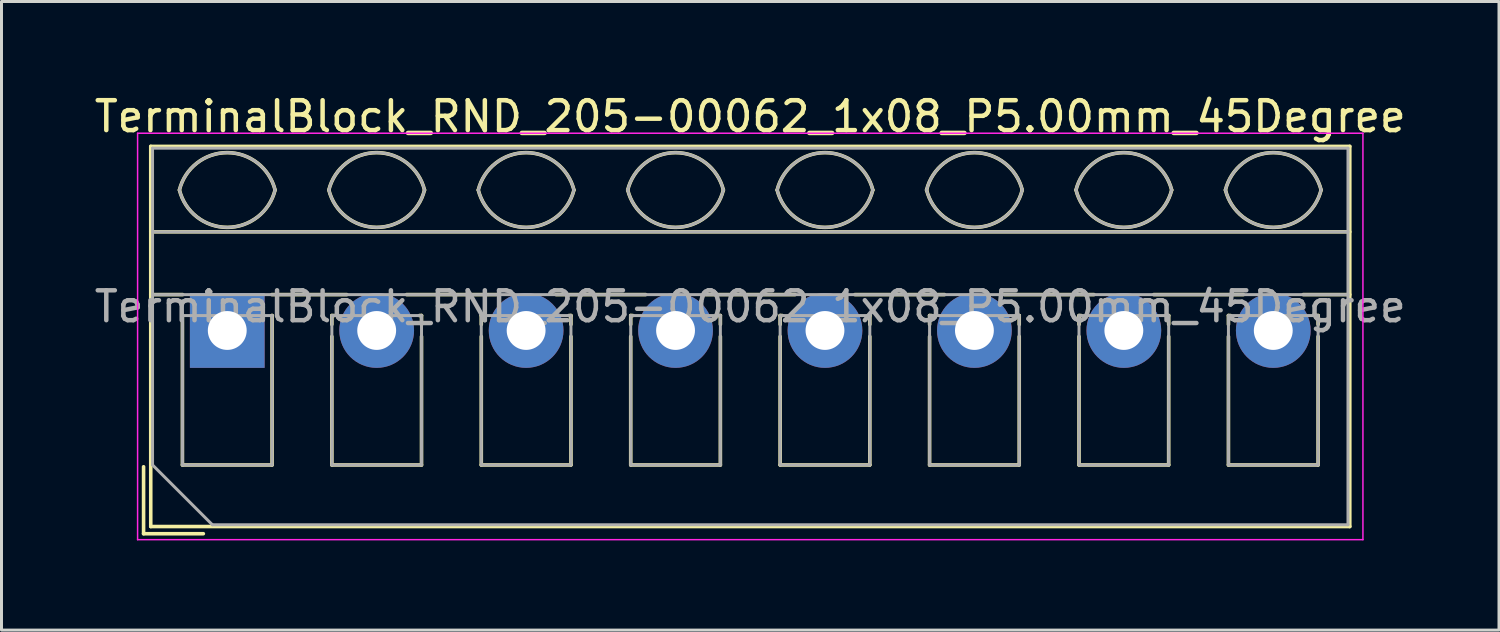
<source format=kicad_pcb>
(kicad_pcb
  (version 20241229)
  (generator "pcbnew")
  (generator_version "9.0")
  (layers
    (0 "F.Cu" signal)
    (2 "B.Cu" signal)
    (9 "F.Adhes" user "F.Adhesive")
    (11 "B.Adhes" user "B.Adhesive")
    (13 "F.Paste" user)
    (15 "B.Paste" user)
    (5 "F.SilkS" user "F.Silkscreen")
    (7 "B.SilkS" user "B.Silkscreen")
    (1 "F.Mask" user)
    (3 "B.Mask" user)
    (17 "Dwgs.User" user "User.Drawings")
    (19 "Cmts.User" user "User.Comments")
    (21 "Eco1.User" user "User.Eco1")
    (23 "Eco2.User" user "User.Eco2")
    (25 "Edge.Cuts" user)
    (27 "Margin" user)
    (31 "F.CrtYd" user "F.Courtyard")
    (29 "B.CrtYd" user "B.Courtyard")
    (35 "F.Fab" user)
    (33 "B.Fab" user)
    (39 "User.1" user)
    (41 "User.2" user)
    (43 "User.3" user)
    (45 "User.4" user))
  (footprint "TerminalBlock_RND_205-00062_1x08_P5.00mm_45Degree"
    (layer "F.Cu")
    (at 4.554 8.008)
    (property "Reference" "TerminalBlock_RND_205-00062_1x08_P5.00mm_45Degree" (at 17.5 -7.16 0) (layer "F.SilkS") (effects (font (size 1 1) (thickness 0.15))))
    (attr through_hole)
    (fp_line (start -2.8 4.56) (end -2.8 6.8) (stroke (width 0.12) (type solid)) (layer "F.SilkS"))
    (fp_line (start -2.8 6.8) (end -0.8 6.8) (stroke (width 0.12) (type solid)) (layer "F.SilkS"))
    (fp_line (start -2.56 -6.16) (end -2.56 6.56) (stroke (width 0.12) (type solid)) (layer "F.SilkS"))
    (fp_line (start -2.56 -6.16) (end 37.56 -6.16) (stroke (width 0.12) (type solid)) (layer "F.SilkS"))
    (fp_line (start -2.56 -3.301) (end 37.56 -3.301) (stroke (width 0.12) (type solid)) (layer "F.SilkS"))
    (fp_line (start -2.56 -1.201) (end -1.49 -1.201) (stroke (width 0.12) (type solid)) (layer "F.SilkS"))
    (fp_line (start -2.56 6.56) (end 37.56 6.56) (stroke (width 0.12) (type solid)) (layer "F.SilkS"))
    (fp_line (start -1.5 -0.5) (end -1.5 4.5) (stroke (width 0.12) (type solid)) (layer "F.SilkS"))
    (fp_line (start -1.5 -0.5) (end -1.49 -0.5) (stroke (width 0.12) (type solid)) (layer "F.SilkS"))
    (fp_line (start -1.5 4.5) (end 1.5 4.5) (stroke (width 0.12) (type solid)) (layer "F.SilkS"))
    (fp_line (start 1.49 -1.201) (end 4 -1.201) (stroke (width 0.12) (type solid)) (layer "F.SilkS"))
    (fp_line (start 1.49 -0.5) (end 1.5 -0.5) (stroke (width 0.12) (type solid)) (layer "F.SilkS"))
    (fp_line (start 1.5 -0.5) (end 1.5 4.5) (stroke (width 0.12) (type solid)) (layer "F.SilkS"))
    (fp_line (start 3.5 -0.5) (end 3.5 -0.202) (stroke (width 0.12) (type solid)) (layer "F.SilkS"))
    (fp_line (start 3.5 -0.5) (end 3.57 -0.5) (stroke (width 0.12) (type solid)) (layer "F.SilkS"))
    (fp_line (start 3.5 0.202) (end 3.5 4.5) (stroke (width 0.12) (type solid)) (layer "F.SilkS"))
    (fp_line (start 3.5 4.5) (end 6.5 4.5) (stroke (width 0.12) (type solid)) (layer "F.SilkS"))
    (fp_line (start 6.001 -1.201) (end 9 -1.201) (stroke (width 0.12) (type solid)) (layer "F.SilkS"))
    (fp_line (start 6.431 -0.5) (end 6.5 -0.5) (stroke (width 0.12) (type solid)) (layer "F.SilkS"))
    (fp_line (start 6.5 -0.5) (end 6.5 -0.202) (stroke (width 0.12) (type solid)) (layer "F.SilkS"))
    (fp_line (start 6.5 0.202) (end 6.5 4.5) (stroke (width 0.12) (type solid)) (layer "F.SilkS"))
    (fp_line (start 8.5 -0.5) (end 8.5 -0.202) (stroke (width 0.12) (type solid)) (layer "F.SilkS"))
    (fp_line (start 8.5 -0.5) (end 8.57 -0.5) (stroke (width 0.12) (type solid)) (layer "F.SilkS"))
    (fp_line (start 8.5 0.202) (end 8.5 4.5) (stroke (width 0.12) (type solid)) (layer "F.SilkS"))
    (fp_line (start 8.5 4.5) (end 11.5 4.5) (stroke (width 0.12) (type solid)) (layer "F.SilkS"))
    (fp_line (start 11.001 -1.201) (end 14 -1.201) (stroke (width 0.12) (type solid)) (layer "F.SilkS"))
    (fp_line (start 11.431 -0.5) (end 11.5 -0.5) (stroke (width 0.12) (type solid)) (layer "F.SilkS"))
    (fp_line (start 11.5 -0.5) (end 11.5 -0.202) (stroke (width 0.12) (type solid)) (layer "F.SilkS"))
    (fp_line (start 11.5 0.202) (end 11.5 4.5) (stroke (width 0.12) (type solid)) (layer "F.SilkS"))
    (fp_line (start 13.5 -0.5) (end 13.5 -0.202) (stroke (width 0.12) (type solid)) (layer "F.SilkS"))
    (fp_line (start 13.5 -0.5) (end 13.57 -0.5) (stroke (width 0.12) (type solid)) (layer "F.SilkS"))
    (fp_line (start 13.5 0.202) (end 13.5 4.5) (stroke (width 0.12) (type solid)) (layer "F.SilkS"))
    (fp_line (start 13.5 4.5) (end 16.5 4.5) (stroke (width 0.12) (type solid)) (layer "F.SilkS"))
    (fp_line (start 16.001 -1.201) (end 19 -1.201) (stroke (width 0.12) (type solid)) (layer "F.SilkS"))
    (fp_line (start 16.431 -0.5) (end 16.5 -0.5) (stroke (width 0.12) (type solid)) (layer "F.SilkS"))
    (fp_line (start 16.5 -0.5) (end 16.5 -0.202) (stroke (width 0.12) (type solid)) (layer "F.SilkS"))
    (fp_line (start 16.5 0.202) (end 16.5 4.5) (stroke (width 0.12) (type solid)) (layer "F.SilkS"))
    (fp_line (start 18.5 -0.5) (end 18.5 -0.202) (stroke (width 0.12) (type solid)) (layer "F.SilkS"))
    (fp_line (start 18.5 -0.5) (end 18.57 -0.5) (stroke (width 0.12) (type solid)) (layer "F.SilkS"))
    (fp_line (start 18.5 0.202) (end 18.5 4.5) (stroke (width 0.12) (type solid)) (layer "F.SilkS"))
    (fp_line (start 18.5 4.5) (end 21.5 4.5) (stroke (width 0.12) (type solid)) (layer "F.SilkS"))
    (fp_line (start 21.001 -1.201) (end 24 -1.201) (stroke (width 0.12) (type solid)) (layer "F.SilkS"))
    (fp_line (start 21.431 -0.5) (end 21.5 -0.5) (stroke (width 0.12) (type solid)) (layer "F.SilkS"))
    (fp_line (start 21.5 -0.5) (end 21.5 -0.202) (stroke (width 0.12) (type solid)) (layer "F.SilkS"))
    (fp_line (start 21.5 0.202) (end 21.5 4.5) (stroke (width 0.12) (type solid)) (layer "F.SilkS"))
    (fp_line (start 23.5 -0.5) (end 23.5 -0.202) (stroke (width 0.12) (type solid)) (layer "F.SilkS"))
    (fp_line (start 23.5 -0.5) (end 23.57 -0.5) (stroke (width 0.12) (type solid)) (layer "F.SilkS"))
    (fp_line (start 23.5 0.202) (end 23.5 4.5) (stroke (width 0.12) (type solid)) (layer "F.SilkS"))
    (fp_line (start 23.5 4.5) (end 26.5 4.5) (stroke (width 0.12) (type solid)) (layer "F.SilkS"))
    (fp_line (start 26.001 -1.201) (end 29 -1.201) (stroke (width 0.12) (type solid)) (layer "F.SilkS"))
    (fp_line (start 26.431 -0.5) (end 26.5 -0.5) (stroke (width 0.12) (type solid)) (layer "F.SilkS"))
    (fp_line (start 26.5 -0.5) (end 26.5 -0.202) (stroke (width 0.12) (type solid)) (layer "F.SilkS"))
    (fp_line (start 26.5 0.202) (end 26.5 4.5) (stroke (width 0.12) (type solid)) (layer "F.SilkS"))
    (fp_line (start 28.5 -0.5) (end 28.5 -0.202) (stroke (width 0.12) (type solid)) (layer "F.SilkS"))
    (fp_line (start 28.5 -0.5) (end 28.57 -0.5) (stroke (width 0.12) (type solid)) (layer "F.SilkS"))
    (fp_line (start 28.5 0.202) (end 28.5 4.5) (stroke (width 0.12) (type solid)) (layer "F.SilkS"))
    (fp_line (start 28.5 4.5) (end 31.5 4.5) (stroke (width 0.12) (type solid)) (layer "F.SilkS"))
    (fp_line (start 31.001 -1.201) (end 34 -1.201) (stroke (width 0.12) (type solid)) (layer "F.SilkS"))
    (fp_line (start 31.431 -0.5) (end 31.5 -0.5) (stroke (width 0.12) (type solid)) (layer "F.SilkS"))
    (fp_line (start 31.5 -0.5) (end 31.5 -0.202) (stroke (width 0.12) (type solid)) (layer "F.SilkS"))
    (fp_line (start 31.5 0.202) (end 31.5 4.5) (stroke (width 0.12) (type solid)) (layer "F.SilkS"))
    (fp_line (start 33.5 -0.5) (end 33.5 -0.202) (stroke (width 0.12) (type solid)) (layer "F.SilkS"))
    (fp_line (start 33.5 -0.5) (end 33.57 -0.5) (stroke (width 0.12) (type solid)) (layer "F.SilkS"))
    (fp_line (start 33.5 0.202) (end 33.5 4.5) (stroke (width 0.12) (type solid)) (layer "F.SilkS"))
    (fp_line (start 33.5 4.5) (end 36.5 4.5) (stroke (width 0.12) (type solid)) (layer "F.SilkS"))
    (fp_line (start 36.001 -1.201) (end 37.56 -1.201) (stroke (width 0.12) (type solid)) (layer "F.SilkS"))
    (fp_line (start 36.431 -0.5) (end 36.5 -0.5) (stroke (width 0.12) (type solid)) (layer "F.SilkS"))
    (fp_line (start 36.5 -0.5) (end 36.5 -0.202) (stroke (width 0.12) (type solid)) (layer "F.SilkS"))
    (fp_line (start 36.5 0.202) (end 36.5 4.5) (stroke (width 0.12) (type solid)) (layer "F.SilkS"))
    (fp_line (start 37.56 -6.16) (end 37.56 6.56) (stroke (width 0.12) (type solid)) (layer "F.SilkS"))
    (fp_arc (start -1.600914 -4.700344) (mid 0.000177 -5.95097) (end 1.601 -4.7) (stroke (width 0.12) (type solid)) (layer "F.SilkS"))
    (fp_arc (start 1.6 -4.7) (mid -0.000064 -3.45) (end -1.600031 -4.700125) (stroke (width 0.12) (type solid)) (layer "F.SilkS"))
    (fp_arc (start 3.399086 -4.700344) (mid 5.000177 -5.95097) (end 6.601 -4.7) (stroke (width 0.12) (type solid)) (layer "F.SilkS"))
    (fp_arc (start 6.6 -4.7) (mid 4.999936 -3.45) (end 3.399969 -4.700125) (stroke (width 0.12) (type solid)) (layer "F.SilkS"))
    (fp_arc (start 8.399086 -4.700344) (mid 10.000177 -5.95097) (end 11.601 -4.7) (stroke (width 0.12) (type solid)) (layer "F.SilkS"))
    (fp_arc (start 11.6 -4.7) (mid 9.999936 -3.45) (end 8.399969 -4.700125) (stroke (width 0.12) (type solid)) (layer "F.SilkS"))
    (fp_arc (start 13.399086 -4.700344) (mid 15.000177 -5.95097) (end 16.601 -4.7) (stroke (width 0.12) (type solid)) (layer "F.SilkS"))
    (fp_arc (start 16.6 -4.7) (mid 14.999936 -3.45) (end 13.399969 -4.700125) (stroke (width 0.12) (type solid)) (layer "F.SilkS"))
    (fp_arc (start 18.399086 -4.700344) (mid 20.000177 -5.95097) (end 21.601 -4.7) (stroke (width 0.12) (type solid)) (layer "F.SilkS"))
    (fp_arc (start 21.6 -4.7) (mid 19.999936 -3.45) (end 18.399969 -4.700125) (stroke (width 0.12) (type solid)) (layer "F.SilkS"))
    (fp_arc (start 23.399086 -4.700344) (mid 25.000177 -5.95097) (end 26.601 -4.7) (stroke (width 0.12) (type solid)) (layer "F.SilkS"))
    (fp_arc (start 26.6 -4.7) (mid 24.999936 -3.45) (end 23.399969 -4.700125) (stroke (width 0.12) (type solid)) (layer "F.SilkS"))
    (fp_arc (start 28.399086 -4.700344) (mid 30.000177 -5.95097) (end 31.601 -4.7) (stroke (width 0.12) (type solid)) (layer "F.SilkS"))
    (fp_arc (start 31.6 -4.7) (mid 29.999936 -3.45) (end 28.399969 -4.700125) (stroke (width 0.12) (type solid)) (layer "F.SilkS"))
    (fp_arc (start 33.399086 -4.700344) (mid 35.000177 -5.95097) (end 36.601 -4.7) (stroke (width 0.12) (type solid)) (layer "F.SilkS"))
    (fp_arc (start 36.6 -4.7) (mid 34.999936 -3.45) (end 33.399969 -4.700125) (stroke (width 0.12) (type solid)) (layer "F.SilkS"))
    (fp_line (start -3 -6.6) (end -3 7) (stroke (width 0.05) (type solid)) (layer "F.CrtYd"))
    (fp_line (start -3 7) (end 38 7) (stroke (width 0.05) (type solid)) (layer "F.CrtYd"))
    (fp_line (start 38 -6.6) (end -3 -6.6) (stroke (width 0.05) (type solid)) (layer "F.CrtYd"))
    (fp_line (start 38 7) (end 38 -6.6) (stroke (width 0.05) (type solid)) (layer "F.CrtYd"))
    (fp_line (start -2.5 -6.1) (end 37.5 -6.1) (stroke (width 0.1) (type solid)) (layer "F.Fab"))
    (fp_line (start -2.5 -3.3) (end 37.5 -3.3) (stroke (width 0.1) (type solid)) (layer "F.Fab"))
    (fp_line (start -2.5 -1.2) (end 37.5 -1.2) (stroke (width 0.1) (type solid)) (layer "F.Fab"))
    (fp_line (start -2.5 4.5) (end -2.5 -6.1) (stroke (width 0.1) (type solid)) (layer "F.Fab"))
    (fp_line (start -1.5 -0.5) (end -1.5 4.5) (stroke (width 0.1) (type solid)) (layer "F.Fab"))
    (fp_line (start -1.5 4.5) (end 1.5 4.5) (stroke (width 0.1) (type solid)) (layer "F.Fab"))
    (fp_line (start -0.5 6.5) (end -2.5 4.5) (stroke (width 0.1) (type solid)) (layer "F.Fab"))
    (fp_line (start 1.5 -0.5) (end -1.5 -0.5) (stroke (width 0.1) (type solid)) (layer "F.Fab"))
    (fp_line (start 1.5 4.5) (end 1.5 -0.5) (stroke (width 0.1) (type solid)) (layer "F.Fab"))
    (fp_line (start 3.5 -0.5) (end 3.5 4.5) (stroke (width 0.1) (type solid)) (layer "F.Fab"))
    (fp_line (start 3.5 4.5) (end 6.5 4.5) (stroke (width 0.1) (type solid)) (layer "F.Fab"))
    (fp_line (start 6.5 -0.5) (end 3.5 -0.5) (stroke (width 0.1) (type solid)) (layer "F.Fab"))
    (fp_line (start 6.5 4.5) (end 6.5 -0.5) (stroke (width 0.1) (type solid)) (layer "F.Fab"))
    (fp_line (start 8.5 -0.5) (end 8.5 4.5) (stroke (width 0.1) (type solid)) (layer "F.Fab"))
    (fp_line (start 8.5 4.5) (end 11.5 4.5) (stroke (width 0.1) (type solid)) (layer "F.Fab"))
    (fp_line (start 11.5 -0.5) (end 8.5 -0.5) (stroke (width 0.1) (type solid)) (layer "F.Fab"))
    (fp_line (start 11.5 4.5) (end 11.5 -0.5) (stroke (width 0.1) (type solid)) (layer "F.Fab"))
    (fp_line (start 13.5 -0.5) (end 13.5 4.5) (stroke (width 0.1) (type solid)) (layer "F.Fab"))
    (fp_line (start 13.5 4.5) (end 16.5 4.5) (stroke (width 0.1) (type solid)) (layer "F.Fab"))
    (fp_line (start 16.5 -0.5) (end 13.5 -0.5) (stroke (width 0.1) (type solid)) (layer "F.Fab"))
    (fp_line (start 16.5 4.5) (end 16.5 -0.5) (stroke (width 0.1) (type solid)) (layer "F.Fab"))
    (fp_line (start 18.5 -0.5) (end 18.5 4.5) (stroke (width 0.1) (type solid)) (layer "F.Fab"))
    (fp_line (start 18.5 4.5) (end 21.5 4.5) (stroke (width 0.1) (type solid)) (layer "F.Fab"))
    (fp_line (start 21.5 -0.5) (end 18.5 -0.5) (stroke (width 0.1) (type solid)) (layer "F.Fab"))
    (fp_line (start 21.5 4.5) (end 21.5 -0.5) (stroke (width 0.1) (type solid)) (layer "F.Fab"))
    (fp_line (start 23.5 -0.5) (end 23.5 4.5) (stroke (width 0.1) (type solid)) (layer "F.Fab"))
    (fp_line (start 23.5 4.5) (end 26.5 4.5) (stroke (width 0.1) (type solid)) (layer "F.Fab"))
    (fp_line (start 26.5 -0.5) (end 23.5 -0.5) (stroke (width 0.1) (type solid)) (layer "F.Fab"))
    (fp_line (start 26.5 4.5) (end 26.5 -0.5) (stroke (width 0.1) (type solid)) (layer "F.Fab"))
    (fp_line (start 28.5 -0.5) (end 28.5 4.5) (stroke (width 0.1) (type solid)) (layer "F.Fab"))
    (fp_line (start 28.5 4.5) (end 31.5 4.5) (stroke (width 0.1) (type solid)) (layer "F.Fab"))
    (fp_line (start 31.5 -0.5) (end 28.5 -0.5) (stroke (width 0.1) (type solid)) (layer "F.Fab"))
    (fp_line (start 31.5 4.5) (end 31.5 -0.5) (stroke (width 0.1) (type solid)) (layer "F.Fab"))
    (fp_line (start 33.5 -0.5) (end 33.5 4.5) (stroke (width 0.1) (type solid)) (layer "F.Fab"))
    (fp_line (start 33.5 4.5) (end 36.5 4.5) (stroke (width 0.1) (type solid)) (layer "F.Fab"))
    (fp_line (start 36.5 -0.5) (end 33.5 -0.5) (stroke (width 0.1) (type solid)) (layer "F.Fab"))
    (fp_line (start 36.5 4.5) (end 36.5 -0.5) (stroke (width 0.1) (type solid)) (layer "F.Fab"))
    (fp_line (start 37.5 -6.1) (end 37.5 6.5) (stroke (width 0.1) (type solid)) (layer "F.Fab"))
    (fp_line (start 37.5 6.5) (end -0.5 6.5) (stroke (width 0.1) (type solid)) (layer "F.Fab"))
    (fp_arc (start -1.600914 -4.700344) (mid 0.000177 -5.95097) (end 1.601 -4.7) (stroke (width 0.1) (type solid)) (layer "F.Fab"))
    (fp_arc (start 1.6 -4.7) (mid -0.000064 -3.45) (end -1.600031 -4.700125) (stroke (width 0.1) (type solid)) (layer "F.Fab"))
    (fp_arc (start 3.399086 -4.700344) (mid 5.000177 -5.95097) (end 6.601 -4.7) (stroke (width 0.1) (type solid)) (layer "F.Fab"))
    (fp_arc (start 6.6 -4.7) (mid 4.999936 -3.45) (end 3.399969 -4.700125) (stroke (width 0.1) (type solid)) (layer "F.Fab"))
    (fp_arc (start 8.399086 -4.700344) (mid 10.000177 -5.95097) (end 11.601 -4.7) (stroke (width 0.1) (type solid)) (layer "F.Fab"))
    (fp_arc (start 11.6 -4.7) (mid 9.999936 -3.45) (end 8.399969 -4.700125) (stroke (width 0.1) (type solid)) (layer "F.Fab"))
    (fp_arc (start 13.399086 -4.700344) (mid 15.000177 -5.95097) (end 16.601 -4.7) (stroke (width 0.1) (type solid)) (layer "F.Fab"))
    (fp_arc (start 16.6 -4.7) (mid 14.999936 -3.45) (end 13.399969 -4.700125) (stroke (width 0.1) (type solid)) (layer "F.Fab"))
    (fp_arc (start 18.399086 -4.700344) (mid 20.000177 -5.95097) (end 21.601 -4.7) (stroke (width 0.1) (type solid)) (layer "F.Fab"))
    (fp_arc (start 21.6 -4.7) (mid 19.999936 -3.45) (end 18.399969 -4.700125) (stroke (width 0.1) (type solid)) (layer "F.Fab"))
    (fp_arc (start 23.399086 -4.700344) (mid 25.000177 -5.95097) (end 26.601 -4.7) (stroke (width 0.1) (type solid)) (layer "F.Fab"))
    (fp_arc (start 26.6 -4.7) (mid 24.999936 -3.45) (end 23.399969 -4.700125) (stroke (width 0.1) (type solid)) (layer "F.Fab"))
    (fp_arc (start 28.399086 -4.700344) (mid 30.000177 -5.95097) (end 31.601 -4.7) (stroke (width 0.1) (type solid)) (layer "F.Fab"))
    (fp_arc (start 31.6 -4.7) (mid 29.999936 -3.45) (end 28.399969 -4.700125) (stroke (width 0.1) (type solid)) (layer "F.Fab"))
    (fp_arc (start 33.399086 -4.700344) (mid 35.000177 -5.95097) (end 36.601 -4.7) (stroke (width 0.1) (type solid)) (layer "F.Fab"))
    (fp_arc (start 36.6 -4.7) (mid 34.999936 -3.45) (end 33.399969 -4.700125) (stroke (width 0.1) (type solid)) (layer "F.Fab"))
    (fp_text user "${REFERENCE}" (at 17.5 -0.8 0) (layer "F.Fab") (effects (font (size 1 1) (thickness 0.15))))
    (pad "1" thru_hole rect (at 0 0) (size 2.5 2.5) (drill 1.3) (layers "*.Cu" "*.Mask"))
    (pad "2" thru_hole circle (at 5 0) (size 2.5 2.5) (drill 1.3) (layers "*.Cu" "*.Mask"))
    (pad "3" thru_hole circle (at 10 0) (size 2.5 2.5) (drill 1.3) (layers "*.Cu" "*.Mask"))
    (pad "4" thru_hole circle (at 15 0) (size 2.5 2.5) (drill 1.3) (layers "*.Cu" "*.Mask"))
    (pad "5" thru_hole circle (at 20 0) (size 2.5 2.5) (drill 1.3) (layers "*.Cu" "*.Mask"))
    (pad "6" thru_hole circle (at 25 0) (size 2.5 2.5) (drill 1.3) (layers "*.Cu" "*.Mask"))
    (pad "7" thru_hole circle (at 30 0) (size 2.5 2.5) (drill 1.3) (layers "*.Cu" "*.Mask"))
    (pad "8" thru_hole circle (at 35 0) (size 2.5 2.5) (drill 1.3) (layers "*.Cu" "*.Mask")))
  (gr_rect
    (start -3 -3)
    (end 47.107 18.033)
    (stroke (width 0.1) (type default))
    (fill no)
    (layer "Edge.Cuts")))
</source>
